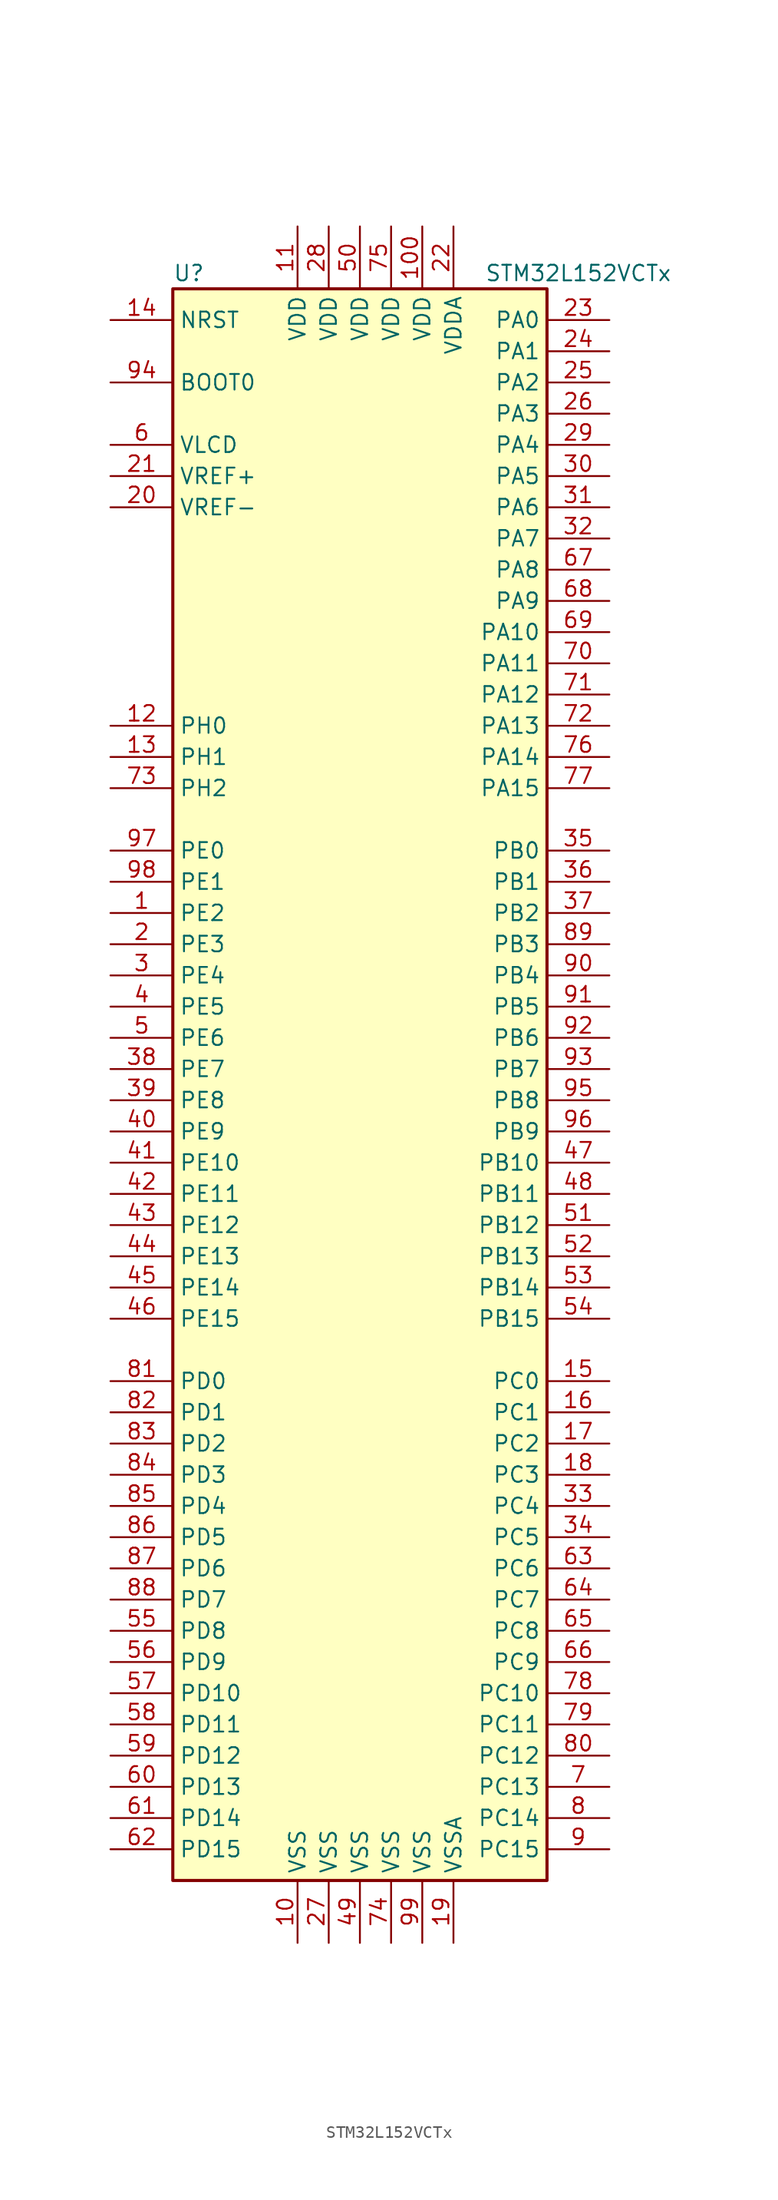
<source format=kicad_sym>
(kicad_symbol_lib
  (version 20211014)
  (generator kicad_symbol_editor)
  (symbol "STM32L152VCTx"
    (property "Reference" "U"
      (at -15.24 64.77 0)
      (effects (font (size 1.27 1.27)) (justify left)))
    (property "Value" "STM32L152VCTx"
      (at 10.16 64.77 0)
      (effects (font (size 1.27 1.27)) (justify left)))
    (symbol "STM32L152VCTx_0_1"
      (rectangle (start -15.24 -66.04) (end 15.24 63.5) (stroke (width 0.254) (type default) (color 0 0 0 0)) (fill (type background))))
    (symbol "STM32L152VCTx_1_1"
      (pin bidirectional line (at -20.32 12.7 0) (length 5.08) (name "PE2" (effects (font (size 1.27 1.27)))) (number "1" (effects (font (size 1.27 1.27)))))
      (pin power_in line (at -5.08 -71.12 90) (length 5.08) (name "VSS" (effects (font (size 1.27 1.27)))) (number "10" (effects (font (size 1.27 1.27)))))
      (pin power_in line (at 5.08 68.58 270) (length 5.08) (name "VDD" (effects (font (size 1.27 1.27)))) (number "100" (effects (font (size 1.27 1.27)))))
      (pin power_in line (at -5.08 68.58 270) (length 5.08) (name "VDD" (effects (font (size 1.27 1.27)))) (number "11" (effects (font (size 1.27 1.27)))))
      (pin input line (at -20.32 27.94 0) (length 5.08) (name "PH0" (effects (font (size 1.27 1.27)))) (number "12" (effects (font (size 1.27 1.27)))))
      (pin input line (at -20.32 25.4 0) (length 5.08) (name "PH1" (effects (font (size 1.27 1.27)))) (number "13" (effects (font (size 1.27 1.27)))))
      (pin input line (at -20.32 60.96 0) (length 5.08) (name "NRST" (effects (font (size 1.27 1.27)))) (number "14" (effects (font (size 1.27 1.27)))))
      (pin bidirectional line (at 20.32 -25.4 180) (length 5.08) (name "PC0" (effects (font (size 1.27 1.27)))) (number "15" (effects (font (size 1.27 1.27)))))
      (pin bidirectional line (at 20.32 -27.94 180) (length 5.08) (name "PC1" (effects (font (size 1.27 1.27)))) (number "16" (effects (font (size 1.27 1.27)))))
      (pin bidirectional line (at 20.32 -30.48 180) (length 5.08) (name "PC2" (effects (font (size 1.27 1.27)))) (number "17" (effects (font (size 1.27 1.27)))))
      (pin bidirectional line (at 20.32 -33.02 180) (length 5.08) (name "PC3" (effects (font (size 1.27 1.27)))) (number "18" (effects (font (size 1.27 1.27)))))
      (pin power_in line (at 7.62 -71.12 90) (length 5.08) (name "VSSA" (effects (font (size 1.27 1.27)))) (number "19" (effects (font (size 1.27 1.27)))))
      (pin bidirectional line (at -20.32 10.16 0) (length 5.08) (name "PE3" (effects (font (size 1.27 1.27)))) (number "2" (effects (font (size 1.27 1.27)))))
      (pin power_in line (at -20.32 45.72 0) (length 5.08) (name "VREF-" (effects (font (size 1.27 1.27)))) (number "20" (effects (font (size 1.27 1.27)))))
      (pin power_in line (at -20.32 48.26 0) (length 5.08) (name "VREF+" (effects (font (size 1.27 1.27)))) (number "21" (effects (font (size 1.27 1.27)))))
      (pin power_in line (at 7.62 68.58 270) (length 5.08) (name "VDDA" (effects (font (size 1.27 1.27)))) (number "22" (effects (font (size 1.27 1.27)))))
      (pin bidirectional line (at 20.32 60.96 180) (length 5.08) (name "PA0" (effects (font (size 1.27 1.27)))) (number "23" (effects (font (size 1.27 1.27)))))
      (pin bidirectional line (at 20.32 58.42 180) (length 5.08) (name "PA1" (effects (font (size 1.27 1.27)))) (number "24" (effects (font (size 1.27 1.27)))))
      (pin bidirectional line (at 20.32 55.88 180) (length 5.08) (name "PA2" (effects (font (size 1.27 1.27)))) (number "25" (effects (font (size 1.27 1.27)))))
      (pin bidirectional line (at 20.32 53.34 180) (length 5.08) (name "PA3" (effects (font (size 1.27 1.27)))) (number "26" (effects (font (size 1.27 1.27)))))
      (pin power_in line (at -2.54 -71.12 90) (length 5.08) (name "VSS" (effects (font (size 1.27 1.27)))) (number "27" (effects (font (size 1.27 1.27)))))
      (pin power_in line (at -2.54 68.58 270) (length 5.08) (name "VDD" (effects (font (size 1.27 1.27)))) (number "28" (effects (font (size 1.27 1.27)))))
      (pin bidirectional line (at 20.32 50.8 180) (length 5.08) (name "PA4" (effects (font (size 1.27 1.27)))) (number "29" (effects (font (size 1.27 1.27)))))
      (pin bidirectional line (at -20.32 7.62 0) (length 5.08) (name "PE4" (effects (font (size 1.27 1.27)))) (number "3" (effects (font (size 1.27 1.27)))))
      (pin bidirectional line (at 20.32 48.26 180) (length 5.08) (name "PA5" (effects (font (size 1.27 1.27)))) (number "30" (effects (font (size 1.27 1.27)))))
      (pin bidirectional line (at 20.32 45.72 180) (length 5.08) (name "PA6" (effects (font (size 1.27 1.27)))) (number "31" (effects (font (size 1.27 1.27)))))
      (pin bidirectional line (at 20.32 43.18 180) (length 5.08) (name "PA7" (effects (font (size 1.27 1.27)))) (number "32" (effects (font (size 1.27 1.27)))))
      (pin bidirectional line (at 20.32 -35.56 180) (length 5.08) (name "PC4" (effects (font (size 1.27 1.27)))) (number "33" (effects (font (size 1.27 1.27)))))
      (pin bidirectional line (at 20.32 -38.1 180) (length 5.08) (name "PC5" (effects (font (size 1.27 1.27)))) (number "34" (effects (font (size 1.27 1.27)))))
      (pin bidirectional line (at 20.32 17.78 180) (length 5.08) (name "PB0" (effects (font (size 1.27 1.27)))) (number "35" (effects (font (size 1.27 1.27)))))
      (pin bidirectional line (at 20.32 15.24 180) (length 5.08) (name "PB1" (effects (font (size 1.27 1.27)))) (number "36" (effects (font (size 1.27 1.27)))))
      (pin bidirectional line (at 20.32 12.7 180) (length 5.08) (name "PB2" (effects (font (size 1.27 1.27)))) (number "37" (effects (font (size 1.27 1.27)))))
      (pin bidirectional line (at -20.32 0 0) (length 5.08) (name "PE7" (effects (font (size 1.27 1.27)))) (number "38" (effects (font (size 1.27 1.27)))))
      (pin bidirectional line (at -20.32 -2.54 0) (length 5.08) (name "PE8" (effects (font (size 1.27 1.27)))) (number "39" (effects (font (size 1.27 1.27)))))
      (pin bidirectional line (at -20.32 5.08 0) (length 5.08) (name "PE5" (effects (font (size 1.27 1.27)))) (number "4" (effects (font (size 1.27 1.27)))))
      (pin bidirectional line (at -20.32 -5.08 0) (length 5.08) (name "PE9" (effects (font (size 1.27 1.27)))) (number "40" (effects (font (size 1.27 1.27)))))
      (pin bidirectional line (at -20.32 -7.62 0) (length 5.08) (name "PE10" (effects (font (size 1.27 1.27)))) (number "41" (effects (font (size 1.27 1.27)))))
      (pin bidirectional line (at -20.32 -10.16 0) (length 5.08) (name "PE11" (effects (font (size 1.27 1.27)))) (number "42" (effects (font (size 1.27 1.27)))))
      (pin bidirectional line (at -20.32 -12.7 0) (length 5.08) (name "PE12" (effects (font (size 1.27 1.27)))) (number "43" (effects (font (size 1.27 1.27)))))
      (pin bidirectional line (at -20.32 -15.24 0) (length 5.08) (name "PE13" (effects (font (size 1.27 1.27)))) (number "44" (effects (font (size 1.27 1.27)))))
      (pin bidirectional line (at -20.32 -17.78 0) (length 5.08) (name "PE14" (effects (font (size 1.27 1.27)))) (number "45" (effects (font (size 1.27 1.27)))))
      (pin bidirectional line (at -20.32 -20.32 0) (length 5.08) (name "PE15" (effects (font (size 1.27 1.27)))) (number "46" (effects (font (size 1.27 1.27)))))
      (pin bidirectional line (at 20.32 -7.62 180) (length 5.08) (name "PB10" (effects (font (size 1.27 1.27)))) (number "47" (effects (font (size 1.27 1.27)))))
      (pin bidirectional line (at 20.32 -10.16 180) (length 5.08) (name "PB11" (effects (font (size 1.27 1.27)))) (number "48" (effects (font (size 1.27 1.27)))))
      (pin power_in line (at 0 -71.12 90) (length 5.08) (name "VSS" (effects (font (size 1.27 1.27)))) (number "49" (effects (font (size 1.27 1.27)))))
      (pin bidirectional line (at -20.32 2.54 0) (length 5.08) (name "PE6" (effects (font (size 1.27 1.27)))) (number "5" (effects (font (size 1.27 1.27)))))
      (pin power_in line (at 0 68.58 270) (length 5.08) (name "VDD" (effects (font (size 1.27 1.27)))) (number "50" (effects (font (size 1.27 1.27)))))
      (pin bidirectional line (at 20.32 -12.7 180) (length 5.08) (name "PB12" (effects (font (size 1.27 1.27)))) (number "51" (effects (font (size 1.27 1.27)))))
      (pin bidirectional line (at 20.32 -15.24 180) (length 5.08) (name "PB13" (effects (font (size 1.27 1.27)))) (number "52" (effects (font (size 1.27 1.27)))))
      (pin bidirectional line (at 20.32 -17.78 180) (length 5.08) (name "PB14" (effects (font (size 1.27 1.27)))) (number "53" (effects (font (size 1.27 1.27)))))
      (pin bidirectional line (at 20.32 -20.32 180) (length 5.08) (name "PB15" (effects (font (size 1.27 1.27)))) (number "54" (effects (font (size 1.27 1.27)))))
      (pin bidirectional line (at -20.32 -45.72 0) (length 5.08) (name "PD8" (effects (font (size 1.27 1.27)))) (number "55" (effects (font (size 1.27 1.27)))))
      (pin bidirectional line (at -20.32 -48.26 0) (length 5.08) (name "PD9" (effects (font (size 1.27 1.27)))) (number "56" (effects (font (size 1.27 1.27)))))
      (pin bidirectional line (at -20.32 -50.8 0) (length 5.08) (name "PD10" (effects (font (size 1.27 1.27)))) (number "57" (effects (font (size 1.27 1.27)))))
      (pin bidirectional line (at -20.32 -53.34 0) (length 5.08) (name "PD11" (effects (font (size 1.27 1.27)))) (number "58" (effects (font (size 1.27 1.27)))))
      (pin bidirectional line (at -20.32 -55.88 0) (length 5.08) (name "PD12" (effects (font (size 1.27 1.27)))) (number "59" (effects (font (size 1.27 1.27)))))
      (pin power_in line (at -20.32 50.8 0) (length 5.08) (name "VLCD" (effects (font (size 1.27 1.27)))) (number "6" (effects (font (size 1.27 1.27)))))
      (pin bidirectional line (at -20.32 -58.42 0) (length 5.08) (name "PD13" (effects (font (size 1.27 1.27)))) (number "60" (effects (font (size 1.27 1.27)))))
      (pin bidirectional line (at -20.32 -60.96 0) (length 5.08) (name "PD14" (effects (font (size 1.27 1.27)))) (number "61" (effects (font (size 1.27 1.27)))))
      (pin bidirectional line (at -20.32 -63.5 0) (length 5.08) (name "PD15" (effects (font (size 1.27 1.27)))) (number "62" (effects (font (size 1.27 1.27)))))
      (pin bidirectional line (at 20.32 -40.64 180) (length 5.08) (name "PC6" (effects (font (size 1.27 1.27)))) (number "63" (effects (font (size 1.27 1.27)))))
      (pin bidirectional line (at 20.32 -43.18 180) (length 5.08) (name "PC7" (effects (font (size 1.27 1.27)))) (number "64" (effects (font (size 1.27 1.27)))))
      (pin bidirectional line (at 20.32 -45.72 180) (length 5.08) (name "PC8" (effects (font (size 1.27 1.27)))) (number "65" (effects (font (size 1.27 1.27)))))
      (pin bidirectional line (at 20.32 -48.26 180) (length 5.08) (name "PC9" (effects (font (size 1.27 1.27)))) (number "66" (effects (font (size 1.27 1.27)))))
      (pin bidirectional line (at 20.32 40.64 180) (length 5.08) (name "PA8" (effects (font (size 1.27 1.27)))) (number "67" (effects (font (size 1.27 1.27)))))
      (pin bidirectional line (at 20.32 38.1 180) (length 5.08) (name "PA9" (effects (font (size 1.27 1.27)))) (number "68" (effects (font (size 1.27 1.27)))))
      (pin bidirectional line (at 20.32 35.56 180) (length 5.08) (name "PA10" (effects (font (size 1.27 1.27)))) (number "69" (effects (font (size 1.27 1.27)))))
      (pin bidirectional line (at 20.32 -58.42 180) (length 5.08) (name "PC13" (effects (font (size 1.27 1.27)))) (number "7" (effects (font (size 1.27 1.27)))))
      (pin bidirectional line (at 20.32 33.02 180) (length 5.08) (name "PA11" (effects (font (size 1.27 1.27)))) (number "70" (effects (font (size 1.27 1.27)))))
      (pin bidirectional line (at 20.32 30.48 180) (length 5.08) (name "PA12" (effects (font (size 1.27 1.27)))) (number "71" (effects (font (size 1.27 1.27)))))
      (pin bidirectional line (at 20.32 27.94 180) (length 5.08) (name "PA13" (effects (font (size 1.27 1.27)))) (number "72" (effects (font (size 1.27 1.27)))))
      (pin bidirectional line (at -20.32 22.86 0) (length 5.08) (name "PH2" (effects (font (size 1.27 1.27)))) (number "73" (effects (font (size 1.27 1.27)))))
      (pin power_in line (at 2.54 -71.12 90) (length 5.08) (name "VSS" (effects (font (size 1.27 1.27)))) (number "74" (effects (font (size 1.27 1.27)))))
      (pin power_in line (at 2.54 68.58 270) (length 5.08) (name "VDD" (effects (font (size 1.27 1.27)))) (number "75" (effects (font (size 1.27 1.27)))))
      (pin bidirectional line (at 20.32 25.4 180) (length 5.08) (name "PA14" (effects (font (size 1.27 1.27)))) (number "76" (effects (font (size 1.27 1.27)))))
      (pin bidirectional line (at 20.32 22.86 180) (length 5.08) (name "PA15" (effects (font (size 1.27 1.27)))) (number "77" (effects (font (size 1.27 1.27)))))
      (pin bidirectional line (at 20.32 -50.8 180) (length 5.08) (name "PC10" (effects (font (size 1.27 1.27)))) (number "78" (effects (font (size 1.27 1.27)))))
      (pin bidirectional line (at 20.32 -53.34 180) (length 5.08) (name "PC11" (effects (font (size 1.27 1.27)))) (number "79" (effects (font (size 1.27 1.27)))))
      (pin bidirectional line (at 20.32 -60.96 180) (length 5.08) (name "PC14" (effects (font (size 1.27 1.27)))) (number "8" (effects (font (size 1.27 1.27)))))
      (pin bidirectional line (at 20.32 -55.88 180) (length 5.08) (name "PC12" (effects (font (size 1.27 1.27)))) (number "80" (effects (font (size 1.27 1.27)))))
      (pin bidirectional line (at -20.32 -25.4 0) (length 5.08) (name "PD0" (effects (font (size 1.27 1.27)))) (number "81" (effects (font (size 1.27 1.27)))))
      (pin bidirectional line (at -20.32 -27.94 0) (length 5.08) (name "PD1" (effects (font (size 1.27 1.27)))) (number "82" (effects (font (size 1.27 1.27)))))
      (pin bidirectional line (at -20.32 -30.48 0) (length 5.08) (name "PD2" (effects (font (size 1.27 1.27)))) (number "83" (effects (font (size 1.27 1.27)))))
      (pin bidirectional line (at -20.32 -33.02 0) (length 5.08) (name "PD3" (effects (font (size 1.27 1.27)))) (number "84" (effects (font (size 1.27 1.27)))))
      (pin bidirectional line (at -20.32 -35.56 0) (length 5.08) (name "PD4" (effects (font (size 1.27 1.27)))) (number "85" (effects (font (size 1.27 1.27)))))
      (pin bidirectional line (at -20.32 -38.1 0) (length 5.08) (name "PD5" (effects (font (size 1.27 1.27)))) (number "86" (effects (font (size 1.27 1.27)))))
      (pin bidirectional line (at -20.32 -40.64 0) (length 5.08) (name "PD6" (effects (font (size 1.27 1.27)))) (number "87" (effects (font (size 1.27 1.27)))))
      (pin bidirectional line (at -20.32 -43.18 0) (length 5.08) (name "PD7" (effects (font (size 1.27 1.27)))) (number "88" (effects (font (size 1.27 1.27)))))
      (pin bidirectional line (at 20.32 10.16 180) (length 5.08) (name "PB3" (effects (font (size 1.27 1.27)))) (number "89" (effects (font (size 1.27 1.27)))))
      (pin bidirectional line (at 20.32 -63.5 180) (length 5.08) (name "PC15" (effects (font (size 1.27 1.27)))) (number "9" (effects (font (size 1.27 1.27)))))
      (pin bidirectional line (at 20.32 7.62 180) (length 5.08) (name "PB4" (effects (font (size 1.27 1.27)))) (number "90" (effects (font (size 1.27 1.27)))))
      (pin bidirectional line (at 20.32 5.08 180) (length 5.08) (name "PB5" (effects (font (size 1.27 1.27)))) (number "91" (effects (font (size 1.27 1.27)))))
      (pin bidirectional line (at 20.32 2.54 180) (length 5.08) (name "PB6" (effects (font (size 1.27 1.27)))) (number "92" (effects (font (size 1.27 1.27)))))
      (pin bidirectional line (at 20.32 0 180) (length 5.08) (name "PB7" (effects (font (size 1.27 1.27)))) (number "93" (effects (font (size 1.27 1.27)))))
      (pin input line (at -20.32 55.88 0) (length 5.08) (name "BOOT0" (effects (font (size 1.27 1.27)))) (number "94" (effects (font (size 1.27 1.27)))))
      (pin bidirectional line (at 20.32 -2.54 180) (length 5.08) (name "PB8" (effects (font (size 1.27 1.27)))) (number "95" (effects (font (size 1.27 1.27)))))
      (pin bidirectional line (at 20.32 -5.08 180) (length 5.08) (name "PB9" (effects (font (size 1.27 1.27)))) (number "96" (effects (font (size 1.27 1.27)))))
      (pin bidirectional line (at -20.32 17.78 0) (length 5.08) (name "PE0" (effects (font (size 1.27 1.27)))) (number "97" (effects (font (size 1.27 1.27)))))
      (pin bidirectional line (at -20.32 15.24 0) (length 5.08) (name "PE1" (effects (font (size 1.27 1.27)))) (number "98" (effects (font (size 1.27 1.27)))))
      (pin power_in line (at 5.08 -71.12 90) (length 5.08) (name "VSS" (effects (font (size 1.27 1.27)))) (number "99" (effects (font (size 1.27 1.27))))))))
</source>
